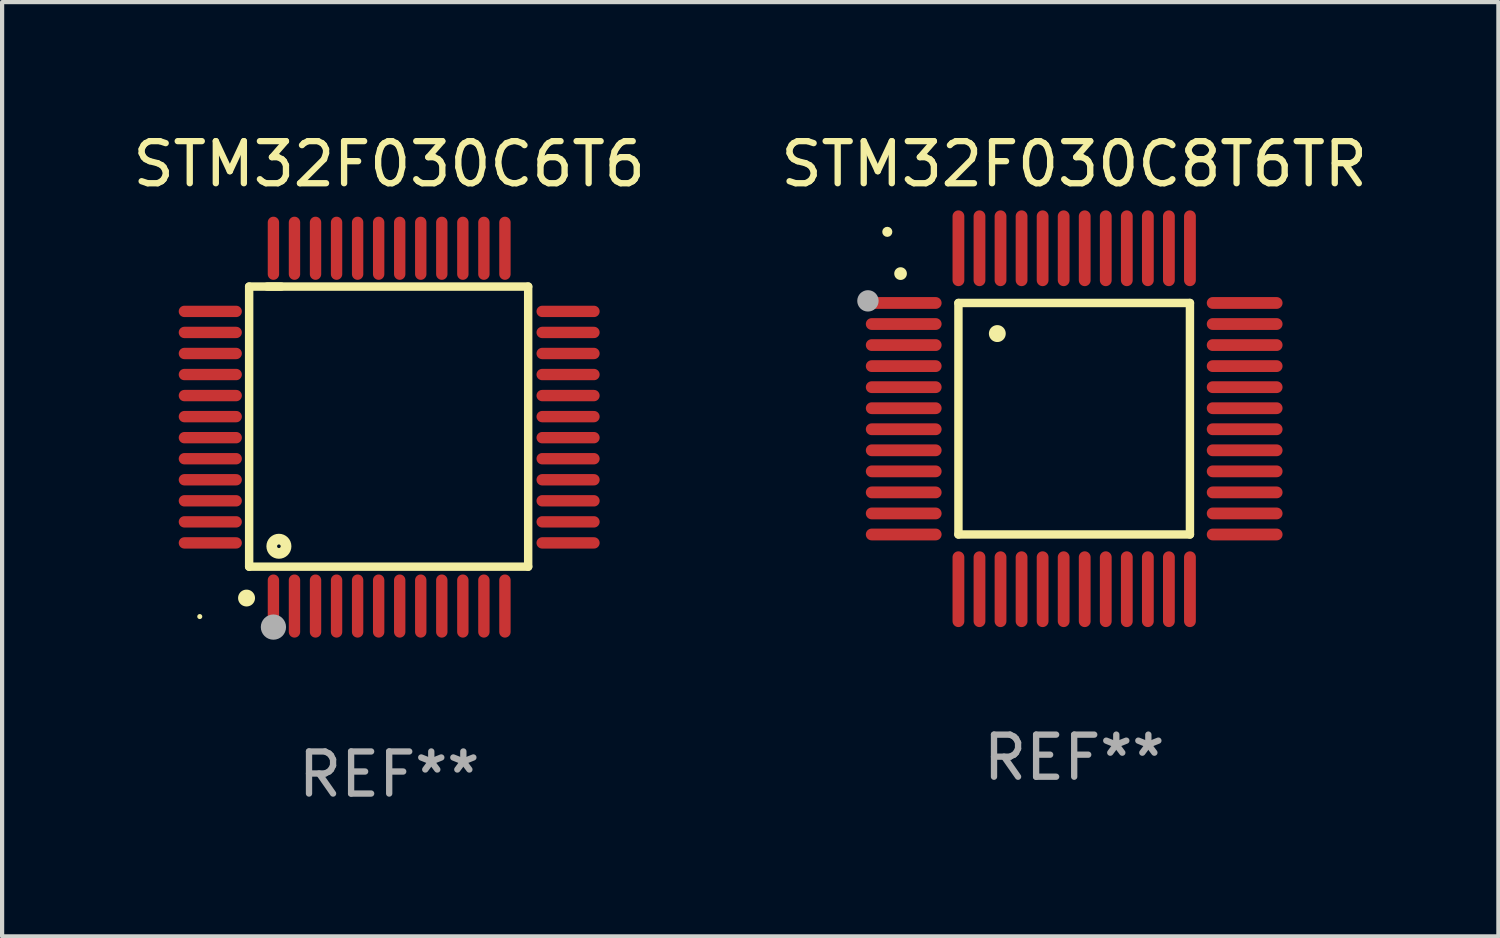
<source format=kicad_pcb>
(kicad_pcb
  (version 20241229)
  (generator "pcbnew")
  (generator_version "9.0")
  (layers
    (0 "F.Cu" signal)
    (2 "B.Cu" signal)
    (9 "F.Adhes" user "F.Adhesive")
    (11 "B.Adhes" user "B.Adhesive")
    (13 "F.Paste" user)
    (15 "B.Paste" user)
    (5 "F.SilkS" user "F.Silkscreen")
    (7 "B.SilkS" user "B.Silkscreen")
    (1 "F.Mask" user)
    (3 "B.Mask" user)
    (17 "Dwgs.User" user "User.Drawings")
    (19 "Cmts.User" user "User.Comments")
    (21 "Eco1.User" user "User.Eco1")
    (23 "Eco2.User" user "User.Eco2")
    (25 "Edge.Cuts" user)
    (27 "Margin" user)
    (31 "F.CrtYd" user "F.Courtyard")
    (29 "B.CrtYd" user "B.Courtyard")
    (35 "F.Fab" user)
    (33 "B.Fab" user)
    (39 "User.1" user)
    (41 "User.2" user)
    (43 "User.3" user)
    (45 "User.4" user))
  (footprint "STM32F030C6T6"
    (layer "F.Cu")
    (at 6.196 7.098)
    (property "Reference" "STM32F030C6T6" (at 0 -6.25 0) (layer "F.SilkS") (effects (font (size 1 1) (thickness 0.15))))
    (attr through_hole)
    (fp_line (start -3.327 -3.34) (end -2.565 -3.34) (stroke (width 0.2) (type solid)) (layer "F.SilkS"))
    (fp_line (start -3.327 3.315) (end -3.327 -3.34) (stroke (width 0.2) (type solid)) (layer "F.SilkS"))
    (fp_line (start -2.896 -3.34) (end 3.302 -3.34) (stroke (width 0.2) (type solid)) (layer "F.SilkS"))
    (fp_line (start 3.302 -3.34) (end 3.302 3.315) (stroke (width 0.2) (type solid)) (layer "F.SilkS"))
    (fp_line (start 3.302 3.315) (end -3.327 3.315) (stroke (width 0.2) (type solid)) (layer "F.SilkS"))
    (fp_arc (start -3.389992 4.059995) (mid -3.388722 4.059991) (end -3.387452 4.059995) (stroke (width 0.4) (type solid)) (layer "F.SilkS"))
    (fp_circle (center -4.5 4.5) (end -4.47 4.5) (stroke (width 0.06) (type solid)) (fill no) (layer "F.SilkS"))
    (fp_circle (center -2.62 2.83) (end -2.45 2.83) (stroke (width 0.254) (type solid)) (fill no) (layer "F.SilkS"))
    (fp_circle (center -2.75 4.75) (end -2.6 4.75) (stroke (width 0.3) (type solid)) (fill no) (layer "F.Fab"))
    (fp_text user "REF**" (at 0 8.25 0) (layer "F.Fab") (effects (font (size 1 1) (thickness 0.15))))
    (pad "1" smd oval (at -2.75 4.25) (size 0.27 1.5) (layers "F.Cu" "F.Mask" "F.Paste"))
    (pad "2" smd oval (at -2.25 4.25) (size 0.27 1.5) (layers "F.Cu" "F.Mask" "F.Paste"))
    (pad "3" smd oval (at -1.75 4.25) (size 0.27 1.5) (layers "F.Cu" "F.Mask" "F.Paste"))
    (pad "4" smd oval (at -1.25 4.25) (size 0.27 1.5) (layers "F.Cu" "F.Mask" "F.Paste"))
    (pad "5" smd oval (at -0.75 4.25) (size 0.27 1.5) (layers "F.Cu" "F.Mask" "F.Paste"))
    (pad "6" smd oval (at -0.25 4.25) (size 0.27 1.5) (layers "F.Cu" "F.Mask" "F.Paste"))
    (pad "7" smd oval (at 0.25 4.25) (size 0.27 1.5) (layers "F.Cu" "F.Mask" "F.Paste"))
    (pad "8" smd oval (at 0.75 4.25) (size 0.27 1.5) (layers "F.Cu" "F.Mask" "F.Paste"))
    (pad "9" smd oval (at 1.25 4.25) (size 0.27 1.5) (layers "F.Cu" "F.Mask" "F.Paste"))
    (pad "10" smd oval (at 1.75 4.25) (size 0.27 1.5) (layers "F.Cu" "F.Mask" "F.Paste"))
    (pad "11" smd oval (at 2.25 4.25) (size 0.27 1.5) (layers "F.Cu" "F.Mask" "F.Paste"))
    (pad "12" smd oval (at 2.75 4.25) (size 0.27 1.5) (layers "F.Cu" "F.Mask" "F.Paste"))
    (pad "13" smd oval (at 4.25 2.75) (size 1.5 0.27) (layers "F.Cu" "F.Mask" "F.Paste"))
    (pad "14" smd oval (at 4.25 2.25) (size 1.5 0.27) (layers "F.Cu" "F.Mask" "F.Paste"))
    (pad "15" smd oval (at 4.25 1.75) (size 1.5 0.27) (layers "F.Cu" "F.Mask" "F.Paste"))
    (pad "16" smd oval (at 4.25 1.25) (size 1.5 0.27) (layers "F.Cu" "F.Mask" "F.Paste"))
    (pad "17" smd oval (at 4.25 0.75) (size 1.5 0.27) (layers "F.Cu" "F.Mask" "F.Paste"))
    (pad "18" smd oval (at 4.25 0.25) (size 1.5 0.27) (layers "F.Cu" "F.Mask" "F.Paste"))
    (pad "19" smd oval (at 4.25 -0.25) (size 1.5 0.27) (layers "F.Cu" "F.Mask" "F.Paste"))
    (pad "20" smd oval (at 4.25 -0.75) (size 1.5 0.27) (layers "F.Cu" "F.Mask" "F.Paste"))
    (pad "21" smd oval (at 4.25 -1.25) (size 1.5 0.27) (layers "F.Cu" "F.Mask" "F.Paste"))
    (pad "22" smd oval (at 4.25 -1.75) (size 1.5 0.27) (layers "F.Cu" "F.Mask" "F.Paste"))
    (pad "23" smd oval (at 4.25 -2.25) (size 1.5 0.27) (layers "F.Cu" "F.Mask" "F.Paste"))
    (pad "24" smd oval (at 4.25 -2.75) (size 1.5 0.27) (layers "F.Cu" "F.Mask" "F.Paste"))
    (pad "25" smd oval (at 2.75 -4.25) (size 0.27 1.5) (layers "F.Cu" "F.Mask" "F.Paste"))
    (pad "26" smd oval (at 2.25 -4.25) (size 0.27 1.5) (layers "F.Cu" "F.Mask" "F.Paste"))
    (pad "27" smd oval (at 1.75 -4.25) (size 0.27 1.5) (layers "F.Cu" "F.Mask" "F.Paste"))
    (pad "28" smd oval (at 1.25 -4.25) (size 0.27 1.5) (layers "F.Cu" "F.Mask" "F.Paste"))
    (pad "29" smd oval (at 0.75 -4.25) (size 0.27 1.5) (layers "F.Cu" "F.Mask" "F.Paste"))
    (pad "30" smd oval (at 0.25 -4.25) (size 0.27 1.5) (layers "F.Cu" "F.Mask" "F.Paste"))
    (pad "31" smd oval (at -0.25 -4.25) (size 0.27 1.5) (layers "F.Cu" "F.Mask" "F.Paste"))
    (pad "32" smd oval (at -0.75 -4.25) (size 0.27 1.5) (layers "F.Cu" "F.Mask" "F.Paste"))
    (pad "33" smd oval (at -1.25 -4.25) (size 0.27 1.5) (layers "F.Cu" "F.Mask" "F.Paste"))
    (pad "34" smd oval (at -1.75 -4.25) (size 0.27 1.5) (layers "F.Cu" "F.Mask" "F.Paste"))
    (pad "35" smd oval (at -2.25 -4.25) (size 0.27 1.5) (layers "F.Cu" "F.Mask" "F.Paste"))
    (pad "36" smd oval (at -2.75 -4.25) (size 0.27 1.5) (layers "F.Cu" "F.Mask" "F.Paste"))
    (pad "37" smd oval (at -4.25 -2.75) (size 1.5 0.27) (layers "F.Cu" "F.Mask" "F.Paste"))
    (pad "38" smd oval (at -4.25 -2.25) (size 1.5 0.27) (layers "F.Cu" "F.Mask" "F.Paste"))
    (pad "39" smd oval (at -4.25 -1.75) (size 1.5 0.27) (layers "F.Cu" "F.Mask" "F.Paste"))
    (pad "40" smd oval (at -4.25 -1.25) (size 1.5 0.27) (layers "F.Cu" "F.Mask" "F.Paste"))
    (pad "41" smd oval (at -4.25 -0.75) (size 1.5 0.27) (layers "F.Cu" "F.Mask" "F.Paste"))
    (pad "42" smd oval (at -4.25 -0.25) (size 1.5 0.27) (layers "F.Cu" "F.Mask" "F.Paste"))
    (pad "43" smd oval (at -4.25 0.25) (size 1.5 0.27) (layers "F.Cu" "F.Mask" "F.Paste"))
    (pad "44" smd oval (at -4.25 0.75) (size 1.5 0.27) (layers "F.Cu" "F.Mask" "F.Paste"))
    (pad "45" smd oval (at -4.25 1.25) (size 1.5 0.27) (layers "F.Cu" "F.Mask" "F.Paste"))
    (pad "46" smd oval (at -4.25 1.75) (size 1.5 0.27) (layers "F.Cu" "F.Mask" "F.Paste"))
    (pad "47" smd oval (at -4.25 2.25) (size 1.5 0.27) (layers "F.Cu" "F.Mask" "F.Paste"))
    (pad "48" smd oval (at -4.25 2.75) (size 1.5 0.27) (layers "F.Cu" "F.Mask" "F.Paste")))
  (footprint "STM32F030C8T6TR"
    (layer "F.Cu")
    (at 22.47 6.898)
    (property "Reference" "STM32F030C8T6TR" (at 0 -6.05 0) (layer "F.SilkS") (effects (font (size 1 1) (thickness 0.15))))
    (attr through_hole)
    (fp_line (start -2.75 -2.75) (end 2.75 -2.75) (stroke (width 0.2) (type solid)) (layer "F.SilkS"))
    (fp_line (start -2.75 2.75) (end -2.75 -2.75) (stroke (width 0.2) (type solid)) (layer "F.SilkS"))
    (fp_line (start 2.75 -2.75) (end 2.75 2.75) (stroke (width 0.2) (type solid)) (layer "F.SilkS"))
    (fp_line (start 2.75 2.75) (end -2.75 2.75) (stroke (width 0.2) (type solid)) (layer "F.SilkS"))
    (fp_arc (start -4.124968 -3.446787) (mid -4.124973 -3.448057) (end -4.124968 -3.449327) (stroke (width 0.3) (type solid)) (layer "F.SilkS"))
    (fp_arc (start -1.826264 -2.021844) (mid -1.826268 -2.023114) (end -1.826264 -2.024384) (stroke (width 0.4) (type solid)) (layer "F.SilkS"))
    (fp_circle (center -4.44 -4.44) (end -4.38 -4.44) (stroke (width 0.12) (type solid)) (fill no) (layer "F.SilkS"))
    (fp_circle (center -4.9 -2.8) (end -4.773 -2.8) (stroke (width 0.254) (type solid)) (fill no) (layer "F.Fab"))
    (fp_text user "REF**" (at 0 8.05 0) (layer "F.Fab") (effects (font (size 1 1) (thickness 0.15))))
    (pad "1" smd oval (at -4.05 -2.75 90) (size 0.28 1.8) (layers "F.Cu" "F.Mask" "F.Paste"))
    (pad "2" smd oval (at -4.05 -2.25 90) (size 0.28 1.8) (layers "F.Cu" "F.Mask" "F.Paste"))
    (pad "3" smd oval (at -4.05 -1.75 90) (size 0.28 1.8) (layers "F.Cu" "F.Mask" "F.Paste"))
    (pad "4" smd oval (at -4.05 -1.25 90) (size 0.28 1.8) (layers "F.Cu" "F.Mask" "F.Paste"))
    (pad "5" smd oval (at -4.05 -0.75 90) (size 0.28 1.8) (layers "F.Cu" "F.Mask" "F.Paste"))
    (pad "6" smd oval (at -4.05 -0.25 90) (size 0.28 1.8) (layers "F.Cu" "F.Mask" "F.Paste"))
    (pad "7" smd oval (at -4.05 0.25 90) (size 0.28 1.8) (layers "F.Cu" "F.Mask" "F.Paste"))
    (pad "8" smd oval (at -4.05 0.75 90) (size 0.28 1.8) (layers "F.Cu" "F.Mask" "F.Paste"))
    (pad "9" smd oval (at -4.05 1.25 90) (size 0.28 1.8) (layers "F.Cu" "F.Mask" "F.Paste"))
    (pad "10" smd oval (at -4.05 1.75 90) (size 0.28 1.8) (layers "F.Cu" "F.Mask" "F.Paste"))
    (pad "11" smd oval (at -4.05 2.25 90) (size 0.28 1.8) (layers "F.Cu" "F.Mask" "F.Paste"))
    (pad "12" smd oval (at -4.05 2.75 90) (size 0.28 1.8) (layers "F.Cu" "F.Mask" "F.Paste"))
    (pad "13" smd oval (at -2.75 4.05) (size 0.28 1.8) (layers "F.Cu" "F.Mask" "F.Paste"))
    (pad "14" smd oval (at -2.25 4.05) (size 0.28 1.8) (layers "F.Cu" "F.Mask" "F.Paste"))
    (pad "15" smd oval (at -1.75 4.05) (size 0.28 1.8) (layers "F.Cu" "F.Mask" "F.Paste"))
    (pad "16" smd oval (at -1.25 4.05) (size 0.28 1.8) (layers "F.Cu" "F.Mask" "F.Paste"))
    (pad "17" smd oval (at -0.75 4.05) (size 0.28 1.8) (layers "F.Cu" "F.Mask" "F.Paste"))
    (pad "18" smd oval (at -0.25 4.05) (size 0.28 1.8) (layers "F.Cu" "F.Mask" "F.Paste"))
    (pad "19" smd oval (at 0.25 4.05) (size 0.28 1.8) (layers "F.Cu" "F.Mask" "F.Paste"))
    (pad "20" smd oval (at 0.75 4.05) (size 0.28 1.8) (layers "F.Cu" "F.Mask" "F.Paste"))
    (pad "21" smd oval (at 1.25 4.05) (size 0.28 1.8) (layers "F.Cu" "F.Mask" "F.Paste"))
    (pad "22" smd oval (at 1.75 4.05) (size 0.28 1.8) (layers "F.Cu" "F.Mask" "F.Paste"))
    (pad "23" smd oval (at 2.25 4.05) (size 0.28 1.8) (layers "F.Cu" "F.Mask" "F.Paste"))
    (pad "24" smd oval (at 2.75 4.05) (size 0.28 1.8) (layers "F.Cu" "F.Mask" "F.Paste"))
    (pad "25" smd oval (at 4.05 2.75 90) (size 0.28 1.8) (layers "F.Cu" "F.Mask" "F.Paste"))
    (pad "26" smd oval (at 4.05 2.25 90) (size 0.28 1.8) (layers "F.Cu" "F.Mask" "F.Paste"))
    (pad "27" smd oval (at 4.05 1.75 90) (size 0.28 1.8) (layers "F.Cu" "F.Mask" "F.Paste"))
    (pad "28" smd oval (at 4.05 1.25 90) (size 0.28 1.8) (layers "F.Cu" "F.Mask" "F.Paste"))
    (pad "29" smd oval (at 4.05 0.75 90) (size 0.28 1.8) (layers "F.Cu" "F.Mask" "F.Paste"))
    (pad "30" smd oval (at 4.05 0.25 90) (size 0.28 1.8) (layers "F.Cu" "F.Mask" "F.Paste"))
    (pad "31" smd oval (at 4.05 -0.25 90) (size 0.28 1.8) (layers "F.Cu" "F.Mask" "F.Paste"))
    (pad "32" smd oval (at 4.05 -0.75 90) (size 0.28 1.8) (layers "F.Cu" "F.Mask" "F.Paste"))
    (pad "33" smd oval (at 4.05 -1.25 90) (size 0.28 1.8) (layers "F.Cu" "F.Mask" "F.Paste"))
    (pad "34" smd oval (at 4.05 -1.75 90) (size 0.28 1.8) (layers "F.Cu" "F.Mask" "F.Paste"))
    (pad "35" smd oval (at 4.05 -2.25 90) (size 0.28 1.8) (layers "F.Cu" "F.Mask" "F.Paste"))
    (pad "36" smd oval (at 4.05 -2.75 90) (size 0.28 1.8) (layers "F.Cu" "F.Mask" "F.Paste"))
    (pad "37" smd oval (at 2.75 -4.05) (size 0.28 1.8) (layers "F.Cu" "F.Mask" "F.Paste"))
    (pad "38" smd oval (at 2.25 -4.05) (size 0.28 1.8) (layers "F.Cu" "F.Mask" "F.Paste"))
    (pad "39" smd oval (at 1.75 -4.05) (size 0.28 1.8) (layers "F.Cu" "F.Mask" "F.Paste"))
    (pad "40" smd oval (at 1.25 -4.05) (size 0.28 1.8) (layers "F.Cu" "F.Mask" "F.Paste"))
    (pad "41" smd oval (at 0.75 -4.05) (size 0.28 1.8) (layers "F.Cu" "F.Mask" "F.Paste"))
    (pad "42" smd oval (at 0.25 -4.05) (size 0.28 1.8) (layers "F.Cu" "F.Mask" "F.Paste"))
    (pad "43" smd oval (at -0.25 -4.05) (size 0.28 1.8) (layers "F.Cu" "F.Mask" "F.Paste"))
    (pad "44" smd oval (at -0.75 -4.05) (size 0.28 1.8) (layers "F.Cu" "F.Mask" "F.Paste"))
    (pad "45" smd oval (at -1.25 -4.05) (size 0.28 1.8) (layers "F.Cu" "F.Mask" "F.Paste"))
    (pad "46" smd oval (at -1.75 -4.05) (size 0.28 1.8) (layers "F.Cu" "F.Mask" "F.Paste"))
    (pad "47" smd oval (at -2.25 -4.05) (size 0.28 1.8) (layers "F.Cu" "F.Mask" "F.Paste"))
    (pad "48" smd oval (at -2.75 -4.05) (size 0.28 1.8) (layers "F.Cu" "F.Mask" "F.Paste")))
  (gr_rect
    (start -3 -3)
    (end 32.548 19.196)
    (stroke (width 0.1) (type default))
    (fill no)
    (layer "Edge.Cuts")))
</source>
